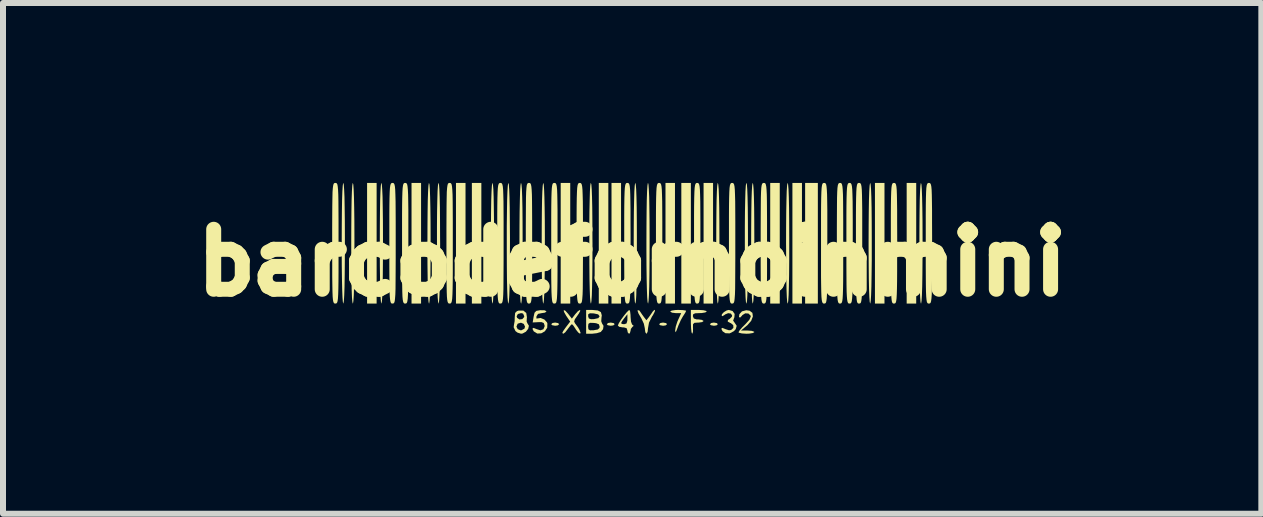
<source format=kicad_pcb>
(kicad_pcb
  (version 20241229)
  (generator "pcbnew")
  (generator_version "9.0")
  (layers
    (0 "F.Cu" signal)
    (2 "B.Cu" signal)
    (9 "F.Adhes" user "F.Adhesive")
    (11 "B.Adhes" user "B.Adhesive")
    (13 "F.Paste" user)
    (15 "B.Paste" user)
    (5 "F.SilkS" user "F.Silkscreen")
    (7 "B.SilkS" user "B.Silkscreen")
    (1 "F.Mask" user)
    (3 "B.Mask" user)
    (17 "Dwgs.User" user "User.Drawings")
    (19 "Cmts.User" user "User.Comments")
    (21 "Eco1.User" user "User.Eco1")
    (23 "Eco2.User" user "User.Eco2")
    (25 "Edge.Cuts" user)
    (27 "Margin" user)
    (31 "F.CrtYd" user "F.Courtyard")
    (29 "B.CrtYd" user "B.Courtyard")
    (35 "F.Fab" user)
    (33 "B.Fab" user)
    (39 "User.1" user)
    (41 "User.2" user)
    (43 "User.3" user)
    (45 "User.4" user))
  (footprint "barcodefornoinmini"
    (layer "F.Cu")
    (at 7.489 1.323)
    (property "Reference" "barcodefornoinmini" (at 0 0 0) (layer "F.SilkS") (effects (font (size 1 1) (thickness 0.25))))
    (attr board_only exclude_from_pos_files exclude_from_bom)
    (fp_poly (pts (xy -4.26 -0.318) (xy -4.26 0.688) (xy -4.339 0.688) (xy -4.419 0.688) (xy -4.419 -0.318) (xy -4.419 -1.323) (xy -4.339 -1.323) (xy -4.26 -1.323)) (stroke (width 0) (type solid)) (fill yes) (layer "F.SilkS"))
    (fp_poly (pts (xy -3.519 -0.318) (xy -3.519 0.688) (xy -3.598 0.688) (xy -3.678 0.688) (xy -3.678 -0.318) (xy -3.678 -1.323) (xy -3.598 -1.323) (xy -3.519 -1.323)) (stroke (width 0) (type solid)) (fill yes) (layer "F.SilkS"))
    (fp_poly (pts (xy -2.778 -0.318) (xy -2.778 0.688) (xy -2.857 0.688) (xy -2.937 0.688) (xy -2.937 -0.318) (xy -2.937 -1.323) (xy -2.857 -1.323) (xy -2.778 -1.323)) (stroke (width 0) (type solid)) (fill yes) (layer "F.SilkS"))
    (fp_poly (pts (xy -2.514 -0.318) (xy -2.514 0.688) (xy -2.593 0.688) (xy -2.672 0.688) (xy -2.672 -0.318) (xy -2.672 -1.323) (xy -2.593 -1.323) (xy -2.514 -1.323)) (stroke (width 0) (type solid)) (fill yes) (layer "F.SilkS"))
    (fp_poly (pts (xy -1.234 1.014) (xy -1.217 1.032) (xy -1.24 1.052) (xy -1.283 1.058) (xy -1.333 1.049) (xy -1.349 1.032) (xy -1.327 1.012) (xy -1.283 1.005)) (stroke (width 0) (type solid)) (fill yes) (layer "F.SilkS"))
    (fp_poly (pts (xy -1.032 -0.318) (xy -1.032 0.688) (xy -1.111 0.688) (xy -1.191 0.688) (xy -1.191 -0.318) (xy -1.191 -1.323) (xy -1.111 -1.323) (xy -1.032 -1.323)) (stroke (width 0) (type solid)) (fill yes) (layer "F.SilkS"))
    (fp_poly (pts (xy -0.397 -0.318) (xy -0.397 0.688) (xy -0.476 0.688) (xy -0.556 0.688) (xy -0.556 -0.318) (xy -0.556 -1.323) (xy -0.476 -1.323) (xy -0.397 -1.323)) (stroke (width 0) (type solid)) (fill yes) (layer "F.SilkS"))
    (fp_poly (pts (xy -0.307 1.014) (xy -0.291 1.032) (xy -0.314 1.052) (xy -0.357 1.058) (xy -0.407 1.049) (xy -0.423 1.032) (xy -0.401 1.012) (xy -0.357 1.005)) (stroke (width 0) (type solid)) (fill yes) (layer "F.SilkS"))
    (fp_poly (pts (xy -0.185 -0.318) (xy -0.185 0.688) (xy -0.265 0.688) (xy -0.344 0.688) (xy -0.344 -0.318) (xy -0.344 -1.323) (xy -0.265 -1.323) (xy -0.185 -1.323)) (stroke (width 0) (type solid)) (fill yes) (layer "F.SilkS"))
    (fp_poly (pts (xy 0.566 1.014) (xy 0.582 1.032) (xy 0.559 1.052) (xy 0.516 1.058) (xy 0.466 1.049) (xy 0.45 1.032) (xy 0.472 1.012) (xy 0.516 1.005)) (stroke (width 0) (type solid)) (fill yes) (layer "F.SilkS"))
    (fp_poly (pts (xy 0.714 -0.318) (xy 0.714 0.688) (xy 0.635 0.688) (xy 0.556 0.688) (xy 0.556 -0.318) (xy 0.556 -1.323) (xy 0.635 -1.323) (xy 0.714 -1.323)) (stroke (width 0) (type solid)) (fill yes) (layer "F.SilkS"))
    (fp_poly (pts (xy 0.979 -0.318) (xy 0.979 0.688) (xy 0.9 0.688) (xy 0.82 0.688) (xy 0.82 -0.318) (xy 0.82 -1.323) (xy 0.9 -1.323) (xy 0.979 -1.323)) (stroke (width 0) (type solid)) (fill yes) (layer "F.SilkS"))
    (fp_poly (pts (xy 1.349 -0.318) (xy 1.349 0.688) (xy 1.27 0.688) (xy 1.191 0.688) (xy 1.191 -0.318) (xy 1.191 -1.323) (xy 1.27 -1.323) (xy 1.349 -1.323)) (stroke (width 0) (type solid)) (fill yes) (layer "F.SilkS"))
    (fp_poly (pts (xy 1.412 1.014) (xy 1.429 1.032) (xy 1.406 1.052) (xy 1.363 1.058) (xy 1.313 1.049) (xy 1.296 1.032) (xy 1.319 1.012) (xy 1.363 1.005)) (stroke (width 0) (type solid)) (fill yes) (layer "F.SilkS"))
    (fp_poly (pts (xy 2.461 -0.318) (xy 2.461 0.688) (xy 2.381 0.688) (xy 2.302 0.688) (xy 2.302 -0.318) (xy 2.302 -1.323) (xy 2.381 -1.323) (xy 2.461 -1.323)) (stroke (width 0) (type solid)) (fill yes) (layer "F.SilkS"))
    (fp_poly (pts (xy 2.831 -0.318) (xy 2.831 0.688) (xy 2.752 0.688) (xy 2.672 0.688) (xy 2.672 -0.318) (xy 2.672 -1.323) (xy 2.752 -1.323) (xy 2.831 -1.323)) (stroke (width 0) (type solid)) (fill yes) (layer "F.SilkS"))
    (fp_poly (pts (xy 3.096 -0.318) (xy 3.096 0.688) (xy 2.99 0.688) (xy 2.884 0.688) (xy 2.884 -0.318) (xy 2.884 -1.323) (xy 2.99 -1.323) (xy 3.096 -1.323)) (stroke (width 0) (type solid)) (fill yes) (layer "F.SilkS"))
    (fp_poly (pts (xy 4.207 -0.318) (xy 4.207 0.688) (xy 4.128 0.688) (xy 4.048 0.688) (xy 4.048 -0.318) (xy 4.048 -1.323) (xy 4.128 -1.323) (xy 4.207 -1.323)) (stroke (width 0) (type solid)) (fill yes) (layer "F.SilkS"))
    (fp_poly (pts (xy 4.736 -0.318) (xy 4.736 0.688) (xy 4.657 0.688) (xy 4.577 0.688) (xy 4.577 -0.318) (xy 4.577 -1.323) (xy 4.657 -1.323) (xy 4.736 -1.323)) (stroke (width 0) (type solid)) (fill yes) (layer "F.SilkS"))
    (fp_poly (pts (xy 0.843 0.797) (xy 0.891 0.804) (xy 0.9 0.81) (xy 0.886 0.84) (xy 0.853 0.892) (xy 0.85 0.895) (xy 0.811 0.965) (xy 0.771 1.055) (xy 0.76 1.085) (xy 0.735 1.149) (xy 0.722 1.166) (xy 0.717 1.138) (xy 0.717 1.138) (xy 0.727 1.073) (xy 0.754 0.989) (xy 0.767 0.959) (xy 0.818 0.847) (xy 0.726 0.847) (xy 0.666 0.84) (xy 0.636 0.823) (xy 0.635 0.82) (xy 0.659 0.805) (xy 0.72 0.796) (xy 0.767 0.794)) (stroke (width 0) (type solid)) (fill yes) (layer "F.SilkS"))
    (fp_poly (pts (xy 0.381 0.795) (xy 0.376 0.824) (xy 0.348 0.879) (xy 0.33 0.906) (xy 0.281 1.006) (xy 0.265 1.097) (xy 0.258 1.158) (xy 0.242 1.19) (xy 0.238 1.191) (xy 0.22 1.167) (xy 0.212 1.111) (xy 0.212 1.104) (xy 0.195 1.023) (xy 0.153 0.933) (xy 0.143 0.917) (xy 0.106 0.854) (xy 0.09 0.809) (xy 0.092 0.799) (xy 0.118 0.802) (xy 0.132 0.82) (xy 0.167 0.872) (xy 0.197 0.913) (xy 0.238 0.966) (xy 0.28 0.913) (xy 0.321 0.855) (xy 0.344 0.82) (xy 0.37 0.794)) (stroke (width 0) (type solid)) (fill yes) (layer "F.SilkS"))
    (fp_poly (pts (xy -4.808 -1.297) (xy -4.802 -1.219) (xy -4.796 -1.09) (xy -4.793 -0.913) (xy -4.79 -0.688) (xy -4.789 -0.416) (xy -4.789 -0.318) (xy -4.79 -0.031) (xy -4.792 0.21) (xy -4.795 0.403) (xy -4.8 0.548) (xy -4.806 0.642) (xy -4.813 0.685) (xy -4.815 0.688) (xy -4.823 0.662) (xy -4.829 0.584) (xy -4.834 0.455) (xy -4.838 0.278) (xy -4.841 0.053) (xy -4.842 -0.219) (xy -4.842 -0.318) (xy -4.841 -0.604) (xy -4.839 -0.845) (xy -4.836 -1.038) (xy -4.831 -1.183) (xy -4.825 -1.277) (xy -4.818 -1.32) (xy -4.815 -1.323)) (stroke (width 0) (type solid)) (fill yes) (layer "F.SilkS"))
    (fp_poly (pts (xy -4.649 -1.297) (xy -4.643 -1.219) (xy -4.638 -1.09) (xy -4.634 -0.913) (xy -4.631 -0.688) (xy -4.63 -0.416) (xy -4.63 -0.318) (xy -4.631 -0.031) (xy -4.633 0.21) (xy -4.636 0.403) (xy -4.641 0.548) (xy -4.647 0.642) (xy -4.654 0.685) (xy -4.657 0.688) (xy -4.664 0.662) (xy -4.671 0.584) (xy -4.676 0.455) (xy -4.679 0.278) (xy -4.682 0.053) (xy -4.683 -0.219) (xy -4.683 -0.318) (xy -4.682 -0.604) (xy -4.68 -0.845) (xy -4.677 -1.038) (xy -4.672 -1.183) (xy -4.666 -1.277) (xy -4.659 -1.32) (xy -4.657 -1.323)) (stroke (width 0) (type solid)) (fill yes) (layer "F.SilkS"))
    (fp_poly (pts (xy -4.173 -1.297) (xy -4.167 -1.219) (xy -4.161 -1.09) (xy -4.158 -0.913) (xy -4.155 -0.688) (xy -4.154 -0.416) (xy -4.154 -0.318) (xy -4.155 -0.031) (xy -4.157 0.21) (xy -4.16 0.403) (xy -4.165 0.548) (xy -4.171 0.642) (xy -4.178 0.685) (xy -4.18 0.688) (xy -4.188 0.662) (xy -4.194 0.584) (xy -4.199 0.455) (xy -4.203 0.278) (xy -4.206 0.053) (xy -4.207 -0.219) (xy -4.207 -0.318) (xy -4.206 -0.604) (xy -4.204 -0.845) (xy -4.201 -1.038) (xy -4.196 -1.183) (xy -4.19 -1.277) (xy -4.183 -1.32) (xy -4.18 -1.323)) (stroke (width 0) (type solid)) (fill yes) (layer "F.SilkS"))
    (fp_poly (pts (xy -3.379 -1.297) (xy -3.373 -1.219) (xy -3.368 -1.09) (xy -3.364 -0.913) (xy -3.361 -0.688) (xy -3.36 -0.416) (xy -3.36 -0.318) (xy -3.361 -0.031) (xy -3.363 0.21) (xy -3.366 0.403) (xy -3.371 0.548) (xy -3.377 0.642) (xy -3.384 0.685) (xy -3.387 0.688) (xy -3.394 0.662) (xy -3.401 0.584) (xy -3.406 0.455) (xy -3.409 0.278) (xy -3.412 0.053) (xy -3.413 -0.219) (xy -3.413 -0.318) (xy -3.412 -0.604) (xy -3.41 -0.845) (xy -3.407 -1.038) (xy -3.402 -1.183) (xy -3.396 -1.277) (xy -3.389 -1.32) (xy -3.387 -1.323)) (stroke (width 0) (type solid)) (fill yes) (layer "F.SilkS"))
    (fp_poly (pts (xy -3.22 -1.297) (xy -3.214 -1.219) (xy -3.209 -1.09) (xy -3.205 -0.913) (xy -3.203 -0.688) (xy -3.202 -0.416) (xy -3.201 -0.318) (xy -3.202 -0.031) (xy -3.204 0.21) (xy -3.208 0.403) (xy -3.212 0.548) (xy -3.218 0.642) (xy -3.225 0.685) (xy -3.228 0.688) (xy -3.235 0.662) (xy -3.242 0.584) (xy -3.247 0.455) (xy -3.251 0.278) (xy -3.253 0.053) (xy -3.254 -0.219) (xy -3.254 -0.318) (xy -3.254 -0.604) (xy -3.252 -0.845) (xy -3.248 -1.038) (xy -3.244 -1.183) (xy -3.238 -1.277) (xy -3.231 -1.32) (xy -3.228 -1.323)) (stroke (width 0) (type solid)) (fill yes) (layer "F.SilkS"))
    (fp_poly (pts (xy -2.321 -1.297) (xy -2.314 -1.219) (xy -2.309 -1.09) (xy -2.306 -0.913) (xy -2.303 -0.688) (xy -2.302 -0.416) (xy -2.302 -0.318) (xy -2.303 -0.031) (xy -2.305 0.21) (xy -2.308 0.403) (xy -2.313 0.548) (xy -2.319 0.642) (xy -2.326 0.685) (xy -2.328 0.688) (xy -2.336 0.662) (xy -2.342 0.584) (xy -2.347 0.455) (xy -2.351 0.278) (xy -2.354 0.053) (xy -2.355 -0.219) (xy -2.355 -0.318) (xy -2.354 -0.604) (xy -2.352 -0.845) (xy -2.349 -1.038) (xy -2.344 -1.183) (xy -2.338 -1.277) (xy -2.331 -1.32) (xy -2.328 -1.323)) (stroke (width 0) (type solid)) (fill yes) (layer "F.SilkS"))
    (fp_poly (pts (xy -2.056 -1.297) (xy -2.05 -1.219) (xy -2.045 -1.09) (xy -2.041 -0.913) (xy -2.039 -0.688) (xy -2.037 -0.416) (xy -2.037 -0.318) (xy -2.038 -0.031) (xy -2.04 0.21) (xy -2.043 0.403) (xy -2.048 0.548) (xy -2.054 0.642) (xy -2.061 0.685) (xy -2.064 0.688) (xy -2.071 0.662) (xy -2.078 0.584) (xy -2.083 0.455) (xy -2.087 0.278) (xy -2.089 0.053) (xy -2.09 -0.219) (xy -2.09 -0.318) (xy -2.09 -0.604) (xy -2.087 -0.845) (xy -2.084 -1.038) (xy -2.079 -1.183) (xy -2.073 -1.277) (xy -2.066 -1.32) (xy -2.064 -1.323)) (stroke (width 0) (type solid)) (fill yes) (layer "F.SilkS"))
    (fp_poly (pts (xy -1.845 -1.297) (xy -1.838 -1.219) (xy -1.833 -1.09) (xy -1.829 -0.913) (xy -1.827 -0.688) (xy -1.826 -0.416) (xy -1.826 -0.318) (xy -1.826 -0.031) (xy -1.828 0.21) (xy -1.832 0.403) (xy -1.836 0.548) (xy -1.842 0.642) (xy -1.849 0.685) (xy -1.852 0.688) (xy -1.86 0.662) (xy -1.866 0.584) (xy -1.871 0.455) (xy -1.875 0.278) (xy -1.877 0.053) (xy -1.878 -0.219) (xy -1.879 -0.318) (xy -1.878 -0.604) (xy -1.876 -0.845) (xy -1.872 -1.038) (xy -1.868 -1.183) (xy -1.862 -1.277) (xy -1.855 -1.32) (xy -1.852 -1.323)) (stroke (width 0) (type solid)) (fill yes) (layer "F.SilkS"))
    (fp_poly (pts (xy -1.474 -1.297) (xy -1.468 -1.219) (xy -1.463 -1.09) (xy -1.459 -0.913) (xy -1.456 -0.688) (xy -1.455 -0.416) (xy -1.455 -0.318) (xy -1.456 -0.031) (xy -1.458 0.21) (xy -1.461 0.403) (xy -1.466 0.548) (xy -1.472 0.642) (xy -1.479 0.685) (xy -1.482 0.688) (xy -1.489 0.662) (xy -1.496 0.584) (xy -1.501 0.455) (xy -1.504 0.278) (xy -1.507 0.053) (xy -1.508 -0.219) (xy -1.508 -0.318) (xy -1.507 -0.604) (xy -1.505 -0.845) (xy -1.502 -1.038) (xy -1.497 -1.183) (xy -1.491 -1.277) (xy -1.484 -1.32) (xy -1.482 -1.323)) (stroke (width 0) (type solid)) (fill yes) (layer "F.SilkS"))
    (fp_poly (pts (xy -0.68 -1.297) (xy -0.674 -1.219) (xy -0.669 -1.09) (xy -0.665 -0.913) (xy -0.663 -0.688) (xy -0.662 -0.416) (xy -0.661 -0.318) (xy -0.662 -0.031) (xy -0.664 0.21) (xy -0.668 0.403) (xy -0.672 0.548) (xy -0.678 0.642) (xy -0.685 0.685) (xy -0.688 0.688) (xy -0.695 0.662) (xy -0.702 0.584) (xy -0.707 0.455) (xy -0.711 0.278) (xy -0.713 0.053) (xy -0.714 -0.219) (xy -0.714 -0.318) (xy -0.714 -0.604) (xy -0.712 -0.845) (xy -0.708 -1.038) (xy -0.704 -1.183) (xy -0.698 -1.277) (xy -0.691 -1.32) (xy -0.688 -1.323)) (stroke (width 0) (type solid)) (fill yes) (layer "F.SilkS"))
    (fp_poly (pts (xy 0.06 -1.297) (xy 0.067 -1.219) (xy 0.072 -1.09) (xy 0.076 -0.913) (xy 0.078 -0.688) (xy 0.079 -0.416) (xy 0.079 -0.318) (xy 0.079 -0.031) (xy 0.077 0.21) (xy 0.073 0.403) (xy 0.069 0.548) (xy 0.063 0.642) (xy 0.056 0.685) (xy 0.053 0.688) (xy 0.045 0.662) (xy 0.039 0.584) (xy 0.034 0.455) (xy 0.03 0.278) (xy 0.028 0.053) (xy 0.027 -0.219) (xy 0.026 -0.318) (xy 0.027 -0.604) (xy 0.029 -0.845) (xy 0.033 -1.038) (xy 0.037 -1.183) (xy 0.043 -1.277) (xy 0.05 -1.32) (xy 0.053 -1.323)) (stroke (width 0) (type solid)) (fill yes) (layer "F.SilkS"))
    (fp_poly (pts (xy 0.272 -1.297) (xy 0.278 -1.219) (xy 0.284 -1.09) (xy 0.287 -0.913) (xy 0.29 -0.688) (xy 0.291 -0.416) (xy 0.291 -0.318) (xy 0.29 -0.031) (xy 0.288 0.21) (xy 0.285 0.403) (xy 0.28 0.548) (xy 0.274 0.642) (xy 0.267 0.685) (xy 0.265 0.688) (xy 0.257 0.662) (xy 0.251 0.584) (xy 0.246 0.455) (xy 0.242 0.278) (xy 0.239 0.053) (xy 0.238 -0.219) (xy 0.238 -0.318) (xy 0.239 -0.604) (xy 0.241 -0.845) (xy 0.244 -1.038) (xy 0.249 -1.183) (xy 0.255 -1.277) (xy 0.262 -1.32) (xy 0.265 -1.323)) (stroke (width 0) (type solid)) (fill yes) (layer "F.SilkS"))
    (fp_poly (pts (xy 1.436 -1.297) (xy 1.443 -1.219) (xy 1.448 -1.09) (xy 1.452 -0.913) (xy 1.454 -0.688) (xy 1.455 -0.416) (xy 1.455 -0.318) (xy 1.455 -0.031) (xy 1.452 0.21) (xy 1.449 0.403) (xy 1.444 0.548) (xy 1.438 0.642) (xy 1.431 0.685) (xy 1.429 0.688) (xy 1.421 0.662) (xy 1.415 0.584) (xy 1.41 0.455) (xy 1.406 0.278) (xy 1.404 0.053) (xy 1.402 -0.219) (xy 1.402 -0.318) (xy 1.403 -0.604) (xy 1.405 -0.845) (xy 1.408 -1.038) (xy 1.413 -1.183) (xy 1.419 -1.277) (xy 1.426 -1.32) (xy 1.429 -1.323)) (stroke (width 0) (type solid)) (fill yes) (layer "F.SilkS"))
    (fp_poly (pts (xy 1.913 -1.297) (xy 1.919 -1.219) (xy 1.924 -1.09) (xy 1.928 -0.913) (xy 1.93 -0.688) (xy 1.931 -0.416) (xy 1.931 -0.318) (xy 1.931 -0.031) (xy 1.929 0.21) (xy 1.925 0.403) (xy 1.921 0.548) (xy 1.915 0.642) (xy 1.908 0.685) (xy 1.905 0.688) (xy 1.897 0.662) (xy 1.891 0.584) (xy 1.886 0.455) (xy 1.882 0.278) (xy 1.88 0.053) (xy 1.879 -0.219) (xy 1.879 -0.318) (xy 1.879 -0.604) (xy 1.881 -0.845) (xy 1.885 -1.038) (xy 1.889 -1.183) (xy 1.895 -1.277) (xy 1.902 -1.32) (xy 1.905 -1.323)) (stroke (width 0) (type solid)) (fill yes) (layer "F.SilkS"))
    (fp_poly (pts (xy 2.018 -1.297) (xy 2.025 -1.219) (xy 2.03 -1.09) (xy 2.034 -0.913) (xy 2.036 -0.688) (xy 2.037 -0.416) (xy 2.037 -0.318) (xy 2.037 -0.031) (xy 2.035 0.21) (xy 2.031 0.403) (xy 2.027 0.548) (xy 2.021 0.642) (xy 2.013 0.685) (xy 2.011 0.688) (xy 2.003 0.662) (xy 1.997 0.584) (xy 1.992 0.455) (xy 1.988 0.278) (xy 1.986 0.053) (xy 1.984 -0.219) (xy 1.984 -0.318) (xy 1.985 -0.604) (xy 1.987 -0.845) (xy 1.99 -1.038) (xy 1.995 -1.183) (xy 2.001 -1.277) (xy 2.008 -1.32) (xy 2.011 -1.323)) (stroke (width 0) (type solid)) (fill yes) (layer "F.SilkS"))
    (fp_poly (pts (xy 2.6 -1.297) (xy 2.607 -1.219) (xy 2.612 -1.09) (xy 2.616 -0.913) (xy 2.618 -0.688) (xy 2.619 -0.416) (xy 2.619 -0.318) (xy 2.619 -0.031) (xy 2.617 0.21) (xy 2.613 0.403) (xy 2.609 0.548) (xy 2.603 0.642) (xy 2.596 0.685) (xy 2.593 0.688) (xy 2.585 0.662) (xy 2.579 0.584) (xy 2.574 0.455) (xy 2.57 0.278) (xy 2.568 0.053) (xy 2.567 -0.219) (xy 2.566 -0.318) (xy 2.567 -0.604) (xy 2.569 -0.845) (xy 2.573 -1.038) (xy 2.577 -1.183) (xy 2.583 -1.277) (xy 2.59 -1.32) (xy 2.593 -1.323)) (stroke (width 0) (type solid)) (fill yes) (layer "F.SilkS"))
    (fp_poly (pts (xy 3.976 -1.297) (xy 3.983 -1.219) (xy 3.988 -1.09) (xy 3.992 -0.913) (xy 3.994 -0.688) (xy 3.995 -0.416) (xy 3.995 -0.318) (xy 3.995 -0.031) (xy 3.992 0.21) (xy 3.989 0.403) (xy 3.984 0.548) (xy 3.978 0.642) (xy 3.971 0.685) (xy 3.969 0.688) (xy 3.961 0.662) (xy 3.955 0.584) (xy 3.95 0.455) (xy 3.946 0.278) (xy 3.944 0.053) (xy 3.942 -0.219) (xy 3.942 -0.318) (xy 3.943 -0.604) (xy 3.945 -0.845) (xy 3.948 -1.038) (xy 3.953 -1.183) (xy 3.959 -1.277) (xy 3.966 -1.32) (xy 3.969 -1.323)) (stroke (width 0) (type solid)) (fill yes) (layer "F.SilkS"))
    (fp_poly (pts (xy 4.823 -1.297) (xy 4.829 -1.219) (xy 4.834 -1.09) (xy 4.838 -0.913) (xy 4.841 -0.688) (xy 4.842 -0.416) (xy 4.842 -0.318) (xy 4.841 -0.031) (xy 4.839 0.21) (xy 4.836 0.403) (xy 4.831 0.548) (xy 4.825 0.642) (xy 4.818 0.685) (xy 4.815 0.688) (xy 4.808 0.662) (xy 4.802 0.584) (xy 4.796 0.455) (xy 4.793 0.278) (xy 4.79 0.053) (xy 4.789 -0.219) (xy 4.789 -0.318) (xy 4.79 -0.604) (xy 4.792 -0.845) (xy 4.795 -1.038) (xy 4.8 -1.183) (xy 4.806 -1.277) (xy 4.813 -1.32) (xy 4.815 -1.323)) (stroke (width 0) (type solid)) (fill yes) (layer "F.SilkS"))
    (fp_poly (pts (xy 1.187 0.799) (xy 1.235 0.811) (xy 1.244 0.82) (xy 1.22 0.836) (xy 1.16 0.846) (xy 1.126 0.847) (xy 1.053 0.85) (xy 1.019 0.864) (xy 1.012 0.895) (xy 1.013 0.9) (xy 1.028 0.937) (xy 1.075 0.952) (xy 1.104 0.952) (xy 1.163 0.96) (xy 1.19 0.977) (xy 1.191 0.979) (xy 1.167 0.997) (xy 1.11 1.005) (xy 1.099 1.005) (xy 1.038 1.009) (xy 1.015 1.031) (xy 1.014 1.087) (xy 1.015 1.098) (xy 1.014 1.159) (xy 1.003 1.19) (xy 1.001 1.191) (xy 0.99 1.166) (xy 0.983 1.102) (xy 0.979 1.011) (xy 0.979 0.992) (xy 0.979 0.794) (xy 1.111 0.794)) (stroke (width 0) (type solid)) (fill yes) (layer "F.SilkS"))
    (fp_poly (pts (xy 1.958 0.807) (xy 2.005 0.843) (xy 2.013 0.903) (xy 1.985 0.975) (xy 1.922 1.048) (xy 1.912 1.056) (xy 1.814 1.138) (xy 1.925 1.138) (xy 1.994 1.143) (xy 2.033 1.157) (xy 2.037 1.164) (xy 2.013 1.179) (xy 1.953 1.189) (xy 1.905 1.191) (xy 1.83 1.186) (xy 1.782 1.175) (xy 1.773 1.166) (xy 1.791 1.136) (xy 1.836 1.083) (xy 1.883 1.037) (xy 1.954 0.959) (xy 1.978 0.904) (xy 1.976 0.89) (xy 1.939 0.854) (xy 1.885 0.851) (xy 1.837 0.881) (xy 1.829 0.893) (xy 1.799 0.923) (xy 1.781 0.911) (xy 1.788 0.865) (xy 1.831 0.818) (xy 1.902 0.799)) (stroke (width 0) (type solid)) (fill yes) (layer "F.SilkS"))
    (fp_poly (pts (xy -1.462 0.8) (xy -1.43 0.815) (xy -1.429 0.819) (xy -1.452 0.839) (xy -1.505 0.847) (xy -1.569 0.86) (xy -1.595 0.9) (xy -1.597 0.936) (xy -1.584 0.937) (xy -1.526 0.928) (xy -1.463 0.954) (xy -1.419 1.003) (xy -1.413 1.02) (xy -1.416 1.092) (xy -1.455 1.15) (xy -1.515 1.184) (xy -1.581 1.188) (xy -1.64 1.152) (xy -1.641 1.15) (xy -1.663 1.108) (xy -1.645 1.093) (xy -1.595 1.113) (xy -1.594 1.114) (xy -1.529 1.134) (xy -1.479 1.116) (xy -1.459 1.067) (xy -1.46 1.052) (xy -1.474 1.012) (xy -1.512 0.997) (xy -1.563 0.998) (xy -1.658 1.003) (xy -1.642 0.905) (xy -1.627 0.84) (xy -1.597 0.81) (xy -1.534 0.799) (xy -1.528 0.799)) (stroke (width 0) (type solid)) (fill yes) (layer "F.SilkS"))
    (fp_poly (pts (xy 1.675 0.813) (xy 1.709 0.861) (xy 1.704 0.919) (xy 1.7 0.926) (xy 1.684 0.972) (xy 1.708 1.006) (xy 1.743 1.059) (xy 1.727 1.115) (xy 1.698 1.147) (xy 1.626 1.185) (xy 1.554 1.182) (xy 1.508 1.15) (xy 1.486 1.108) (xy 1.504 1.093) (xy 1.553 1.113) (xy 1.555 1.114) (xy 1.614 1.133) (xy 1.65 1.129) (xy 1.688 1.094) (xy 1.686 1.049) (xy 1.647 1.015) (xy 1.64 1.013) (xy 1.594 0.989) (xy 1.597 0.961) (xy 1.627 0.943) (xy 1.662 0.908) (xy 1.667 0.887) (xy 1.647 0.855) (xy 1.601 0.848) (xy 1.55 0.869) (xy 1.54 0.878) (xy 1.506 0.898) (xy 1.494 0.894) (xy 1.496 0.867) (xy 1.529 0.831) (xy 1.577 0.802) (xy 1.613 0.794)) (stroke (width 0) (type solid)) (fill yes) (layer "F.SilkS"))
    (fp_poly (pts (xy -0.866 0.812) (xy -0.891 0.858) (xy -0.912 0.888) (xy -0.955 0.949) (xy -0.967 0.987) (xy -0.952 1.019) (xy -0.945 1.027) (xy -0.901 1.087) (xy -0.876 1.131) (xy -0.859 1.178) (xy -0.87 1.19) (xy -0.899 1.17) (xy -0.938 1.121) (xy -0.943 1.111) (xy -0.978 1.058) (xy -1.003 1.032) (xy -1.005 1.032) (xy -1.027 1.052) (xy -1.064 1.1) (xy -1.072 1.111) (xy -1.116 1.168) (xy -1.15 1.192) (xy -1.164 1.178) (xy -1.164 1.176) (xy -1.15 1.147) (xy -1.113 1.094) (xy -1.099 1.075) (xy -1.033 0.989) (xy -1.1 0.891) (xy -1.137 0.825) (xy -1.14 0.796) (xy -1.113 0.808) (xy -1.062 0.864) (xy -1.061 0.867) (xy -1.005 0.939) (xy -0.95 0.867) (xy -0.906 0.817) (xy -0.87 0.794) (xy -0.868 0.794)) (stroke (width 0) (type solid)) (fill yes) (layer "F.SilkS"))
    (fp_poly (pts (xy -0.034 0.818) (xy -0.027 0.877) (xy -0.026 0.911) (xy -0.019 0.989) (xy -0.001 1.037) (xy 0.007 1.043) (xy 0.026 1.06) (xy 0.007 1.074) (xy -0.021 1.11) (xy -0.026 1.14) (xy -0.038 1.182) (xy -0.053 1.191) (xy -0.074 1.168) (xy -0.079 1.138) (xy -0.092 1.099) (xy -0.138 1.085) (xy -0.159 1.085) (xy -0.214 1.076) (xy -0.238 1.055) (xy -0.238 1.054) (xy -0.223 1.018) (xy -0.222 1.016) (xy -0.185 1.016) (xy -0.163 1.029) (xy -0.132 1.032) (xy -0.094 1.02) (xy -0.08 0.975) (xy -0.079 0.949) (xy -0.079 0.866) (xy -0.132 0.933) (xy -0.169 0.984) (xy -0.185 1.015) (xy -0.185 1.016) (xy -0.222 1.016) (xy -0.186 0.958) (xy -0.138 0.892) (xy -0.091 0.834) (xy -0.055 0.799) (xy -0.046 0.795)) (stroke (width 0) (type solid)) (fill yes) (layer "F.SilkS"))
    (fp_poly (pts (xy -4.934 -1.322) (xy -4.923 -1.314) (xy -4.914 -1.296) (xy -4.908 -1.262) (xy -4.903 -1.208) (xy -4.899 -1.127) (xy -4.897 -1.016) (xy -4.896 -0.869) (xy -4.895 -0.682) (xy -4.895 -0.449) (xy -4.895 -0.318) (xy -4.895 -0.061) (xy -4.895 0.148) (xy -4.896 0.314) (xy -4.898 0.442) (xy -4.901 0.537) (xy -4.905 0.604) (xy -4.911 0.647) (xy -4.919 0.672) (xy -4.929 0.684) (xy -4.941 0.688) (xy -4.948 0.688) (xy -4.961 0.687) (xy -4.972 0.679) (xy -4.981 0.661) (xy -4.988 0.627) (xy -4.993 0.573) (xy -4.996 0.492) (xy -4.998 0.381) (xy -5 0.234) (xy -5 0.047) (xy -5.001 -0.186) (xy -5.001 -0.318) (xy -5.001 -0.574) (xy -5 -0.783) (xy -4.999 -0.949) (xy -4.997 -1.077) (xy -4.995 -1.172) (xy -4.99 -1.239) (xy -4.984 -1.282) (xy -4.977 -1.307) (xy -4.967 -1.319) (xy -4.955 -1.323) (xy -4.948 -1.323)) (stroke (width 0) (type solid)) (fill yes) (layer "F.SilkS"))
    (fp_poly (pts (xy -3.982 -1.322) (xy -3.971 -1.314) (xy -3.962 -1.296) (xy -3.955 -1.262) (xy -3.95 -1.208) (xy -3.947 -1.127) (xy -3.944 -1.016) (xy -3.943 -0.869) (xy -3.942 -0.682) (xy -3.942 -0.449) (xy -3.942 -0.318) (xy -3.942 -0.061) (xy -3.943 0.148) (xy -3.944 0.314) (xy -3.945 0.442) (xy -3.948 0.537) (xy -3.953 0.604) (xy -3.958 0.647) (xy -3.966 0.672) (xy -3.976 0.684) (xy -3.988 0.688) (xy -3.995 0.688) (xy -4.009 0.687) (xy -4.02 0.679) (xy -4.028 0.661) (xy -4.035 0.627) (xy -4.04 0.573) (xy -4.044 0.492) (xy -4.046 0.381) (xy -4.047 0.234) (xy -4.048 0.047) (xy -4.048 -0.186) (xy -4.048 -0.318) (xy -4.048 -0.574) (xy -4.048 -0.783) (xy -4.047 -0.949) (xy -4.045 -1.077) (xy -4.042 -1.172) (xy -4.038 -1.239) (xy -4.032 -1.282) (xy -4.024 -1.307) (xy -4.014 -1.319) (xy -4.002 -1.323) (xy -3.995 -1.323)) (stroke (width 0) (type solid)) (fill yes) (layer "F.SilkS"))
    (fp_poly (pts (xy -3.77 -1.322) (xy -3.759 -1.314) (xy -3.75 -1.296) (xy -3.744 -1.262) (xy -3.739 -1.208) (xy -3.735 -1.127) (xy -3.733 -1.016) (xy -3.731 -0.869) (xy -3.731 -0.682) (xy -3.731 -0.449) (xy -3.731 -0.318) (xy -3.731 -0.061) (xy -3.731 0.148) (xy -3.732 0.314) (xy -3.734 0.442) (xy -3.737 0.537) (xy -3.741 0.604) (xy -3.747 0.647) (xy -3.754 0.672) (xy -3.764 0.684) (xy -3.777 0.688) (xy -3.784 0.688) (xy -3.797 0.687) (xy -3.808 0.679) (xy -3.817 0.661) (xy -3.824 0.627) (xy -3.829 0.573) (xy -3.832 0.492) (xy -3.834 0.381) (xy -3.836 0.234) (xy -3.836 0.047) (xy -3.836 -0.186) (xy -3.836 -0.318) (xy -3.836 -0.574) (xy -3.836 -0.783) (xy -3.835 -0.949) (xy -3.833 -1.077) (xy -3.83 -1.172) (xy -3.826 -1.239) (xy -3.82 -1.282) (xy -3.813 -1.307) (xy -3.803 -1.319) (xy -3.79 -1.323) (xy -3.784 -1.323)) (stroke (width 0) (type solid)) (fill yes) (layer "F.SilkS"))
    (fp_poly (pts (xy -3.029 -1.322) (xy -3.018 -1.314) (xy -3.009 -1.296) (xy -3.003 -1.262) (xy -2.998 -1.208) (xy -2.994 -1.127) (xy -2.992 -1.016) (xy -2.991 -0.869) (xy -2.99 -0.682) (xy -2.99 -0.449) (xy -2.99 -0.318) (xy -2.99 -0.061) (xy -2.99 0.148) (xy -2.991 0.314) (xy -2.993 0.442) (xy -2.996 0.537) (xy -3 0.604) (xy -3.006 0.647) (xy -3.014 0.672) (xy -3.024 0.684) (xy -3.036 0.688) (xy -3.043 0.688) (xy -3.056 0.687) (xy -3.067 0.679) (xy -3.076 0.661) (xy -3.083 0.627) (xy -3.088 0.573) (xy -3.091 0.492) (xy -3.093 0.381) (xy -3.095 0.234) (xy -3.095 0.047) (xy -3.096 -0.186) (xy -3.096 -0.318) (xy -3.096 -0.574) (xy -3.095 -0.783) (xy -3.094 -0.949) (xy -3.092 -1.077) (xy -3.09 -1.172) (xy -3.085 -1.239) (xy -3.079 -1.282) (xy -3.072 -1.307) (xy -3.062 -1.319) (xy -3.05 -1.323) (xy -3.043 -1.323)) (stroke (width 0) (type solid)) (fill yes) (layer "F.SilkS"))
    (fp_poly (pts (xy -2.183 -1.322) (xy -2.172 -1.314) (xy -2.163 -1.296) (xy -2.156 -1.262) (xy -2.151 -1.208) (xy -2.148 -1.127) (xy -2.145 -1.016) (xy -2.144 -0.869) (xy -2.143 -0.682) (xy -2.143 -0.449) (xy -2.143 -0.318) (xy -2.143 -0.061) (xy -2.144 0.148) (xy -2.145 0.314) (xy -2.146 0.442) (xy -2.149 0.537) (xy -2.153 0.604) (xy -2.159 0.647) (xy -2.167 0.672) (xy -2.177 0.684) (xy -2.189 0.688) (xy -2.196 0.688) (xy -2.21 0.687) (xy -2.221 0.679) (xy -2.229 0.661) (xy -2.236 0.627) (xy -2.241 0.573) (xy -2.245 0.492) (xy -2.247 0.381) (xy -2.248 0.234) (xy -2.249 0.047) (xy -2.249 -0.186) (xy -2.249 -0.318) (xy -2.249 -0.574) (xy -2.249 -0.783) (xy -2.248 -0.949) (xy -2.246 -1.077) (xy -2.243 -1.172) (xy -2.239 -1.239) (xy -2.233 -1.282) (xy -2.225 -1.307) (xy -2.215 -1.319) (xy -2.203 -1.323) (xy -2.196 -1.323)) (stroke (width 0) (type solid)) (fill yes) (layer "F.SilkS"))
    (fp_poly (pts (xy -1.706 -1.322) (xy -1.695 -1.314) (xy -1.687 -1.296) (xy -1.68 -1.262) (xy -1.675 -1.208) (xy -1.671 -1.127) (xy -1.669 -1.016) (xy -1.668 -0.869) (xy -1.667 -0.682) (xy -1.667 -0.449) (xy -1.667 -0.318) (xy -1.667 -0.061) (xy -1.667 0.148) (xy -1.668 0.314) (xy -1.67 0.442) (xy -1.673 0.537) (xy -1.677 0.604) (xy -1.683 0.647) (xy -1.691 0.672) (xy -1.701 0.684) (xy -1.713 0.688) (xy -1.72 0.688) (xy -1.733 0.687) (xy -1.744 0.679) (xy -1.753 0.661) (xy -1.76 0.627) (xy -1.765 0.573) (xy -1.768 0.492) (xy -1.771 0.381) (xy -1.772 0.234) (xy -1.773 0.047) (xy -1.773 -0.186) (xy -1.773 -0.318) (xy -1.773 -0.574) (xy -1.772 -0.783) (xy -1.771 -0.949) (xy -1.77 -1.077) (xy -1.767 -1.172) (xy -1.762 -1.239) (xy -1.757 -1.282) (xy -1.749 -1.307) (xy -1.739 -1.319) (xy -1.727 -1.323) (xy -1.72 -1.323)) (stroke (width 0) (type solid)) (fill yes) (layer "F.SilkS"))
    (fp_poly (pts (xy -1.283 -1.322) (xy -1.272 -1.314) (xy -1.263 -1.296) (xy -1.256 -1.262) (xy -1.251 -1.208) (xy -1.248 -1.127) (xy -1.246 -1.016) (xy -1.244 -0.869) (xy -1.244 -0.682) (xy -1.244 -0.449) (xy -1.244 -0.318) (xy -1.244 -0.061) (xy -1.244 0.148) (xy -1.245 0.314) (xy -1.247 0.442) (xy -1.25 0.537) (xy -1.254 0.604) (xy -1.26 0.647) (xy -1.267 0.672) (xy -1.277 0.684) (xy -1.29 0.688) (xy -1.296 0.688) (xy -1.31 0.687) (xy -1.321 0.679) (xy -1.33 0.661) (xy -1.336 0.627) (xy -1.341 0.573) (xy -1.345 0.492) (xy -1.347 0.381) (xy -1.349 0.234) (xy -1.349 0.047) (xy -1.349 -0.186) (xy -1.349 -0.318) (xy -1.349 -0.574) (xy -1.349 -0.783) (xy -1.348 -0.949) (xy -1.346 -1.077) (xy -1.343 -1.172) (xy -1.339 -1.239) (xy -1.333 -1.282) (xy -1.326 -1.307) (xy -1.316 -1.319) (xy -1.303 -1.323) (xy -1.296 -1.323)) (stroke (width 0) (type solid)) (fill yes) (layer "F.SilkS"))
    (fp_poly (pts (xy -0.86 -1.322) (xy -0.849 -1.314) (xy -0.84 -1.296) (xy -0.833 -1.262) (xy -0.828 -1.208) (xy -0.825 -1.127) (xy -0.822 -1.016) (xy -0.821 -0.869) (xy -0.82 -0.682) (xy -0.82 -0.449) (xy -0.82 -0.318) (xy -0.82 -0.061) (xy -0.821 0.148) (xy -0.822 0.314) (xy -0.823 0.442) (xy -0.826 0.537) (xy -0.831 0.604) (xy -0.836 0.647) (xy -0.844 0.672) (xy -0.854 0.684) (xy -0.866 0.688) (xy -0.873 0.688) (xy -0.887 0.687) (xy -0.898 0.679) (xy -0.906 0.661) (xy -0.913 0.627) (xy -0.918 0.573) (xy -0.922 0.492) (xy -0.924 0.381) (xy -0.925 0.234) (xy -0.926 0.047) (xy -0.926 -0.186) (xy -0.926 -0.318) (xy -0.926 -0.574) (xy -0.926 -0.783) (xy -0.925 -0.949) (xy -0.923 -1.077) (xy -0.92 -1.172) (xy -0.916 -1.239) (xy -0.91 -1.282) (xy -0.902 -1.307) (xy -0.892 -1.319) (xy -0.88 -1.323) (xy -0.873 -1.323)) (stroke (width 0) (type solid)) (fill yes) (layer "F.SilkS"))
    (fp_poly (pts (xy -0.066 -1.322) (xy -0.055 -1.314) (xy -0.046 -1.296) (xy -0.039 -1.262) (xy -0.034 -1.208) (xy -0.031 -1.127) (xy -0.029 -1.016) (xy -0.027 -0.869) (xy -0.027 -0.682) (xy -0.026 -0.449) (xy -0.026 -0.318) (xy -0.027 -0.061) (xy -0.027 0.148) (xy -0.028 0.314) (xy -0.03 0.442) (xy -0.033 0.537) (xy -0.037 0.604) (xy -0.043 0.647) (xy -0.05 0.672) (xy -0.06 0.684) (xy -0.072 0.688) (xy -0.079 0.688) (xy -0.093 0.687) (xy -0.104 0.679) (xy -0.113 0.661) (xy -0.119 0.627) (xy -0.124 0.573) (xy -0.128 0.492) (xy -0.13 0.381) (xy -0.131 0.234) (xy -0.132 0.047) (xy -0.132 -0.186) (xy -0.132 -0.318) (xy -0.132 -0.574) (xy -0.132 -0.783) (xy -0.131 -0.949) (xy -0.129 -1.077) (xy -0.126 -1.172) (xy -0.122 -1.239) (xy -0.116 -1.282) (xy -0.108 -1.307) (xy -0.099 -1.319) (xy -0.086 -1.323) (xy -0.079 -1.323)) (stroke (width 0) (type solid)) (fill yes) (layer "F.SilkS"))
    (fp_poly (pts (xy 0.463 -1.322) (xy 0.474 -1.314) (xy 0.483 -1.296) (xy 0.49 -1.262) (xy 0.495 -1.208) (xy 0.498 -1.127) (xy 0.501 -1.016) (xy 0.502 -0.869) (xy 0.503 -0.682) (xy 0.503 -0.449) (xy 0.503 -0.318) (xy 0.503 -0.061) (xy 0.502 0.148) (xy 0.501 0.314) (xy 0.5 0.442) (xy 0.497 0.537) (xy 0.492 0.604) (xy 0.487 0.647) (xy 0.479 0.672) (xy 0.469 0.684) (xy 0.457 0.688) (xy 0.45 0.688) (xy 0.436 0.687) (xy 0.425 0.679) (xy 0.417 0.661) (xy 0.41 0.627) (xy 0.405 0.573) (xy 0.401 0.492) (xy 0.399 0.381) (xy 0.398 0.234) (xy 0.397 0.047) (xy 0.397 -0.186) (xy 0.397 -0.318) (xy 0.397 -0.574) (xy 0.397 -0.783) (xy 0.398 -0.949) (xy 0.4 -1.077) (xy 0.403 -1.172) (xy 0.407 -1.239) (xy 0.413 -1.282) (xy 0.421 -1.307) (xy 0.431 -1.319) (xy 0.443 -1.323) (xy 0.45 -1.323)) (stroke (width 0) (type solid)) (fill yes) (layer "F.SilkS"))
    (fp_poly (pts (xy 1.098 -1.322) (xy 1.109 -1.314) (xy 1.118 -1.296) (xy 1.125 -1.262) (xy 1.13 -1.208) (xy 1.133 -1.127) (xy 1.136 -1.016) (xy 1.137 -0.869) (xy 1.138 -0.682) (xy 1.138 -0.449) (xy 1.138 -0.318) (xy 1.138 -0.061) (xy 1.137 0.148) (xy 1.136 0.314) (xy 1.135 0.442) (xy 1.132 0.537) (xy 1.127 0.604) (xy 1.122 0.647) (xy 1.114 0.672) (xy 1.104 0.684) (xy 1.092 0.688) (xy 1.085 0.688) (xy 1.071 0.687) (xy 1.06 0.679) (xy 1.052 0.661) (xy 1.045 0.627) (xy 1.04 0.573) (xy 1.036 0.492) (xy 1.034 0.381) (xy 1.033 0.234) (xy 1.032 0.047) (xy 1.032 -0.186) (xy 1.032 -0.318) (xy 1.032 -0.574) (xy 1.032 -0.783) (xy 1.033 -0.949) (xy 1.035 -1.077) (xy 1.038 -1.172) (xy 1.042 -1.239) (xy 1.048 -1.282) (xy 1.056 -1.307) (xy 1.066 -1.319) (xy 1.078 -1.323) (xy 1.085 -1.323)) (stroke (width 0) (type solid)) (fill yes) (layer "F.SilkS"))
    (fp_poly (pts (xy 1.68 -1.322) (xy 1.691 -1.314) (xy 1.7 -1.296) (xy 1.707 -1.262) (xy 1.712 -1.208) (xy 1.715 -1.127) (xy 1.718 -1.016) (xy 1.719 -0.869) (xy 1.72 -0.682) (xy 1.72 -0.449) (xy 1.72 -0.318) (xy 1.72 -0.061) (xy 1.719 0.148) (xy 1.718 0.314) (xy 1.717 0.442) (xy 1.714 0.537) (xy 1.709 0.604) (xy 1.704 0.647) (xy 1.696 0.672) (xy 1.686 0.684) (xy 1.674 0.688) (xy 1.667 0.688) (xy 1.653 0.687) (xy 1.642 0.679) (xy 1.634 0.661) (xy 1.627 0.627) (xy 1.622 0.573) (xy 1.618 0.492) (xy 1.616 0.381) (xy 1.615 0.234) (xy 1.614 0.047) (xy 1.614 -0.186) (xy 1.614 -0.318) (xy 1.614 -0.574) (xy 1.614 -0.783) (xy 1.615 -0.949) (xy 1.617 -1.077) (xy 1.62 -1.172) (xy 1.624 -1.239) (xy 1.63 -1.282) (xy 1.638 -1.307) (xy 1.648 -1.319) (xy 1.66 -1.323) (xy 1.667 -1.323)) (stroke (width 0) (type solid)) (fill yes) (layer "F.SilkS"))
    (fp_poly (pts (xy 2.21 -1.322) (xy 2.221 -1.314) (xy 2.229 -1.296) (xy 2.236 -1.262) (xy 2.241 -1.208) (xy 2.245 -1.127) (xy 2.247 -1.016) (xy 2.248 -0.869) (xy 2.249 -0.682) (xy 2.249 -0.449) (xy 2.249 -0.318) (xy 2.249 -0.061) (xy 2.249 0.148) (xy 2.248 0.314) (xy 2.246 0.442) (xy 2.243 0.537) (xy 2.239 0.604) (xy 2.233 0.647) (xy 2.225 0.672) (xy 2.215 0.684) (xy 2.203 0.688) (xy 2.196 0.688) (xy 2.183 0.687) (xy 2.172 0.679) (xy 2.163 0.661) (xy 2.156 0.627) (xy 2.151 0.573) (xy 2.148 0.492) (xy 2.145 0.381) (xy 2.144 0.234) (xy 2.143 0.047) (xy 2.143 -0.186) (xy 2.143 -0.318) (xy 2.143 -0.574) (xy 2.144 -0.783) (xy 2.145 -0.949) (xy 2.146 -1.077) (xy 2.149 -1.172) (xy 2.153 -1.239) (xy 2.159 -1.282) (xy 2.167 -1.307) (xy 2.177 -1.319) (xy 2.189 -1.323) (xy 2.196 -1.323)) (stroke (width 0) (type solid)) (fill yes) (layer "F.SilkS"))
    (fp_poly (pts (xy 3.215 -1.322) (xy 3.226 -1.314) (xy 3.235 -1.296) (xy 3.241 -1.262) (xy 3.246 -1.208) (xy 3.25 -1.127) (xy 3.252 -1.016) (xy 3.254 -0.869) (xy 3.254 -0.682) (xy 3.254 -0.449) (xy 3.254 -0.318) (xy 3.254 -0.061) (xy 3.254 0.148) (xy 3.253 0.314) (xy 3.251 0.442) (xy 3.248 0.537) (xy 3.244 0.604) (xy 3.238 0.647) (xy 3.231 0.672) (xy 3.221 0.684) (xy 3.208 0.688) (xy 3.201 0.688) (xy 3.188 0.687) (xy 3.177 0.679) (xy 3.168 0.661) (xy 3.161 0.627) (xy 3.156 0.573) (xy 3.153 0.492) (xy 3.151 0.381) (xy 3.149 0.234) (xy 3.149 0.047) (xy 3.149 -0.186) (xy 3.149 -0.318) (xy 3.149 -0.574) (xy 3.149 -0.783) (xy 3.15 -0.949) (xy 3.152 -1.077) (xy 3.155 -1.172) (xy 3.159 -1.239) (xy 3.165 -1.282) (xy 3.172 -1.307) (xy 3.182 -1.319) (xy 3.195 -1.323) (xy 3.201 -1.323)) (stroke (width 0) (type solid)) (fill yes) (layer "F.SilkS"))
    (fp_poly (pts (xy 3.48 -1.322) (xy 3.491 -1.314) (xy 3.499 -1.296) (xy 3.506 -1.262) (xy 3.511 -1.208) (xy 3.515 -1.127) (xy 3.517 -1.016) (xy 3.518 -0.869) (xy 3.519 -0.682) (xy 3.519 -0.449) (xy 3.519 -0.318) (xy 3.519 -0.061) (xy 3.519 0.148) (xy 3.518 0.314) (xy 3.516 0.442) (xy 3.513 0.537) (xy 3.509 0.604) (xy 3.503 0.647) (xy 3.495 0.672) (xy 3.485 0.684) (xy 3.473 0.688) (xy 3.466 0.688) (xy 3.453 0.687) (xy 3.442 0.679) (xy 3.433 0.661) (xy 3.426 0.627) (xy 3.421 0.573) (xy 3.418 0.492) (xy 3.415 0.381) (xy 3.414 0.234) (xy 3.413 0.047) (xy 3.413 -0.186) (xy 3.413 -0.318) (xy 3.413 -0.574) (xy 3.414 -0.783) (xy 3.415 -0.949) (xy 3.416 -1.077) (xy 3.419 -1.172) (xy 3.423 -1.239) (xy 3.429 -1.282) (xy 3.437 -1.307) (xy 3.447 -1.319) (xy 3.459 -1.323) (xy 3.466 -1.323)) (stroke (width 0) (type solid)) (fill yes) (layer "F.SilkS"))
    (fp_poly (pts (xy 3.638 -1.322) (xy 3.649 -1.314) (xy 3.658 -1.296) (xy 3.665 -1.262) (xy 3.67 -1.208) (xy 3.673 -1.127) (xy 3.676 -1.016) (xy 3.677 -0.869) (xy 3.678 -0.682) (xy 3.678 -0.449) (xy 3.678 -0.318) (xy 3.678 -0.061) (xy 3.677 0.148) (xy 3.676 0.314) (xy 3.675 0.442) (xy 3.672 0.537) (xy 3.667 0.604) (xy 3.662 0.647) (xy 3.654 0.672) (xy 3.644 0.684) (xy 3.632 0.688) (xy 3.625 0.688) (xy 3.611 0.687) (xy 3.6 0.679) (xy 3.592 0.661) (xy 3.585 0.627) (xy 3.58 0.573) (xy 3.576 0.492) (xy 3.574 0.381) (xy 3.573 0.234) (xy 3.572 0.047) (xy 3.572 -0.186) (xy 3.572 -0.318) (xy 3.572 -0.574) (xy 3.572 -0.783) (xy 3.573 -0.949) (xy 3.575 -1.077) (xy 3.578 -1.172) (xy 3.582 -1.239) (xy 3.588 -1.282) (xy 3.596 -1.307) (xy 3.606 -1.319) (xy 3.618 -1.323) (xy 3.625 -1.323)) (stroke (width 0) (type solid)) (fill yes) (layer "F.SilkS"))
    (fp_poly (pts (xy 3.797 -1.322) (xy 3.808 -1.314) (xy 3.817 -1.296) (xy 3.824 -1.262) (xy 3.829 -1.208) (xy 3.832 -1.127) (xy 3.834 -1.016) (xy 3.836 -0.869) (xy 3.836 -0.682) (xy 3.836 -0.449) (xy 3.836 -0.318) (xy 3.836 -0.061) (xy 3.836 0.148) (xy 3.835 0.314) (xy 3.833 0.442) (xy 3.83 0.537) (xy 3.826 0.604) (xy 3.82 0.647) (xy 3.813 0.672) (xy 3.803 0.684) (xy 3.79 0.688) (xy 3.784 0.688) (xy 3.77 0.687) (xy 3.759 0.679) (xy 3.75 0.661) (xy 3.744 0.627) (xy 3.739 0.573) (xy 3.735 0.492) (xy 3.733 0.381) (xy 3.731 0.234) (xy 3.731 0.047) (xy 3.731 -0.186) (xy 3.731 -0.318) (xy 3.731 -0.574) (xy 3.731 -0.783) (xy 3.732 -0.949) (xy 3.734 -1.077) (xy 3.737 -1.172) (xy 3.741 -1.239) (xy 3.747 -1.282) (xy 3.754 -1.307) (xy 3.764 -1.319) (xy 3.777 -1.323) (xy 3.784 -1.323)) (stroke (width 0) (type solid)) (fill yes) (layer "F.SilkS"))
    (fp_poly (pts (xy 4.379 -1.322) (xy 4.39 -1.314) (xy 4.399 -1.296) (xy 4.406 -1.262) (xy 4.411 -1.208) (xy 4.414 -1.127) (xy 4.416 -1.016) (xy 4.418 -0.869) (xy 4.418 -0.682) (xy 4.419 -0.449) (xy 4.419 -0.318) (xy 4.418 -0.061) (xy 4.418 0.148) (xy 4.417 0.314) (xy 4.415 0.442) (xy 4.412 0.537) (xy 4.408 0.604) (xy 4.402 0.647) (xy 4.395 0.672) (xy 4.385 0.684) (xy 4.373 0.688) (xy 4.366 0.688) (xy 4.352 0.687) (xy 4.341 0.679) (xy 4.332 0.661) (xy 4.326 0.627) (xy 4.321 0.573) (xy 4.317 0.492) (xy 4.315 0.381) (xy 4.314 0.234) (xy 4.313 0.047) (xy 4.313 -0.186) (xy 4.313 -0.318) (xy 4.313 -0.574) (xy 4.313 -0.783) (xy 4.314 -0.949) (xy 4.316 -1.077) (xy 4.319 -1.172) (xy 4.323 -1.239) (xy 4.329 -1.282) (xy 4.337 -1.307) (xy 4.346 -1.319) (xy 4.359 -1.323) (xy 4.366 -1.323)) (stroke (width 0) (type solid)) (fill yes) (layer "F.SilkS"))
    (fp_poly (pts (xy 4.961 -1.322) (xy 4.972 -1.314) (xy 4.981 -1.296) (xy 4.988 -1.262) (xy 4.993 -1.208) (xy 4.996 -1.127) (xy 4.998 -1.016) (xy 5 -0.869) (xy 5 -0.682) (xy 5.001 -0.449) (xy 5.001 -0.318) (xy 5.001 -0.061) (xy 5 0.148) (xy 4.999 0.314) (xy 4.997 0.442) (xy 4.995 0.537) (xy 4.99 0.604) (xy 4.984 0.647) (xy 4.977 0.672) (xy 4.967 0.684) (xy 4.955 0.688) (xy 4.948 0.688) (xy 4.934 0.687) (xy 4.923 0.679) (xy 4.914 0.661) (xy 4.908 0.627) (xy 4.903 0.573) (xy 4.899 0.492) (xy 4.897 0.381) (xy 4.896 0.234) (xy 4.895 0.047) (xy 4.895 -0.186) (xy 4.895 -0.318) (xy 4.895 -0.574) (xy 4.895 -0.783) (xy 4.896 -0.949) (xy 4.898 -1.077) (xy 4.901 -1.172) (xy 4.905 -1.239) (xy 4.911 -1.282) (xy 4.919 -1.307) (xy 4.929 -1.319) (xy 4.941 -1.323) (xy 4.948 -1.323)) (stroke (width 0) (type solid)) (fill yes) (layer "F.SilkS"))
    (fp_poly (pts (xy -1.814 0.805) (xy -1.765 0.845) (xy -1.754 0.917) (xy -1.756 0.93) (xy -1.759 0.988) (xy -1.745 1.019) (xy -1.721 1.058) (xy -1.733 1.109) (xy -1.771 1.157) (xy -1.826 1.187) (xy -1.852 1.191) (xy -1.91 1.173) (xy -1.945 1.147) (xy -1.975 1.084) (xy -1.974 1.073) (xy -1.929 1.073) (xy -1.908 1.115) (xy -1.859 1.134) (xy -1.846 1.133) (xy -1.796 1.107) (xy -1.786 1.072) (xy -1.807 1.027) (xy -1.854 1.007) (xy -1.905 1.022) (xy -1.911 1.028) (xy -1.929 1.073) (xy -1.974 1.073) (xy -1.971 1.048) (xy -1.959 0.981) (xy -1.957 0.907) (xy -1.956 0.9) (xy -1.926 0.9) (xy -1.918 0.926) (xy -1.879 0.953) (xy -1.831 0.947) (xy -1.801 0.914) (xy -1.799 0.9) (xy -1.818 0.855) (xy -1.851 0.847) (xy -1.905 0.862) (xy -1.926 0.9) (xy -1.956 0.9) (xy -1.951 0.844) (xy -1.92 0.814) (xy -1.892 0.805)) (stroke (width 0) (type solid)) (fill yes) (layer "F.SilkS"))
    (fp_poly (pts (xy -0.668 0.794) (xy -0.572 0.803) (xy -0.521 0.831) (xy -0.506 0.885) (xy -0.511 0.922) (xy -0.515 0.983) (xy -0.502 1.019) (xy -0.502 1.019) (xy -0.477 1.06) (xy -0.485 1.115) (xy -0.522 1.16) (xy -0.527 1.163) (xy -0.589 1.182) (xy -0.668 1.191) (xy -0.673 1.191) (xy -0.767 1.191) (xy -0.767 1.072) (xy -0.734 1.072) (xy -0.729 1.117) (xy -0.703 1.134) (xy -0.64 1.133) (xy -0.638 1.132) (xy -0.572 1.12) (xy -0.545 1.094) (xy -0.542 1.072) (xy -0.554 1.034) (xy -0.599 1.016) (xy -0.638 1.011) (xy -0.702 1.009) (xy -0.729 1.026) (xy -0.734 1.07) (xy -0.734 1.072) (xy -0.767 1.072) (xy -0.767 0.992) (xy -0.767 0.899) (xy -0.734 0.899) (xy -0.722 0.936) (xy -0.686 0.949) (xy -0.636 0.947) (xy -0.564 0.931) (xy -0.542 0.9) (xy -0.567 0.868) (xy -0.64 0.852) (xy -0.704 0.85) (xy -0.731 0.865) (xy -0.734 0.899) (xy -0.767 0.899) (xy -0.767 0.794)) (stroke (width 0) (type solid)) (fill yes) (layer "F.SilkS")))
  (gr_rect
    (start -3 -3)
    (end 17.979 5.515)
    (stroke (width 0.1) (type default))
    (fill no)
    (layer "Edge.Cuts")))
</source>
